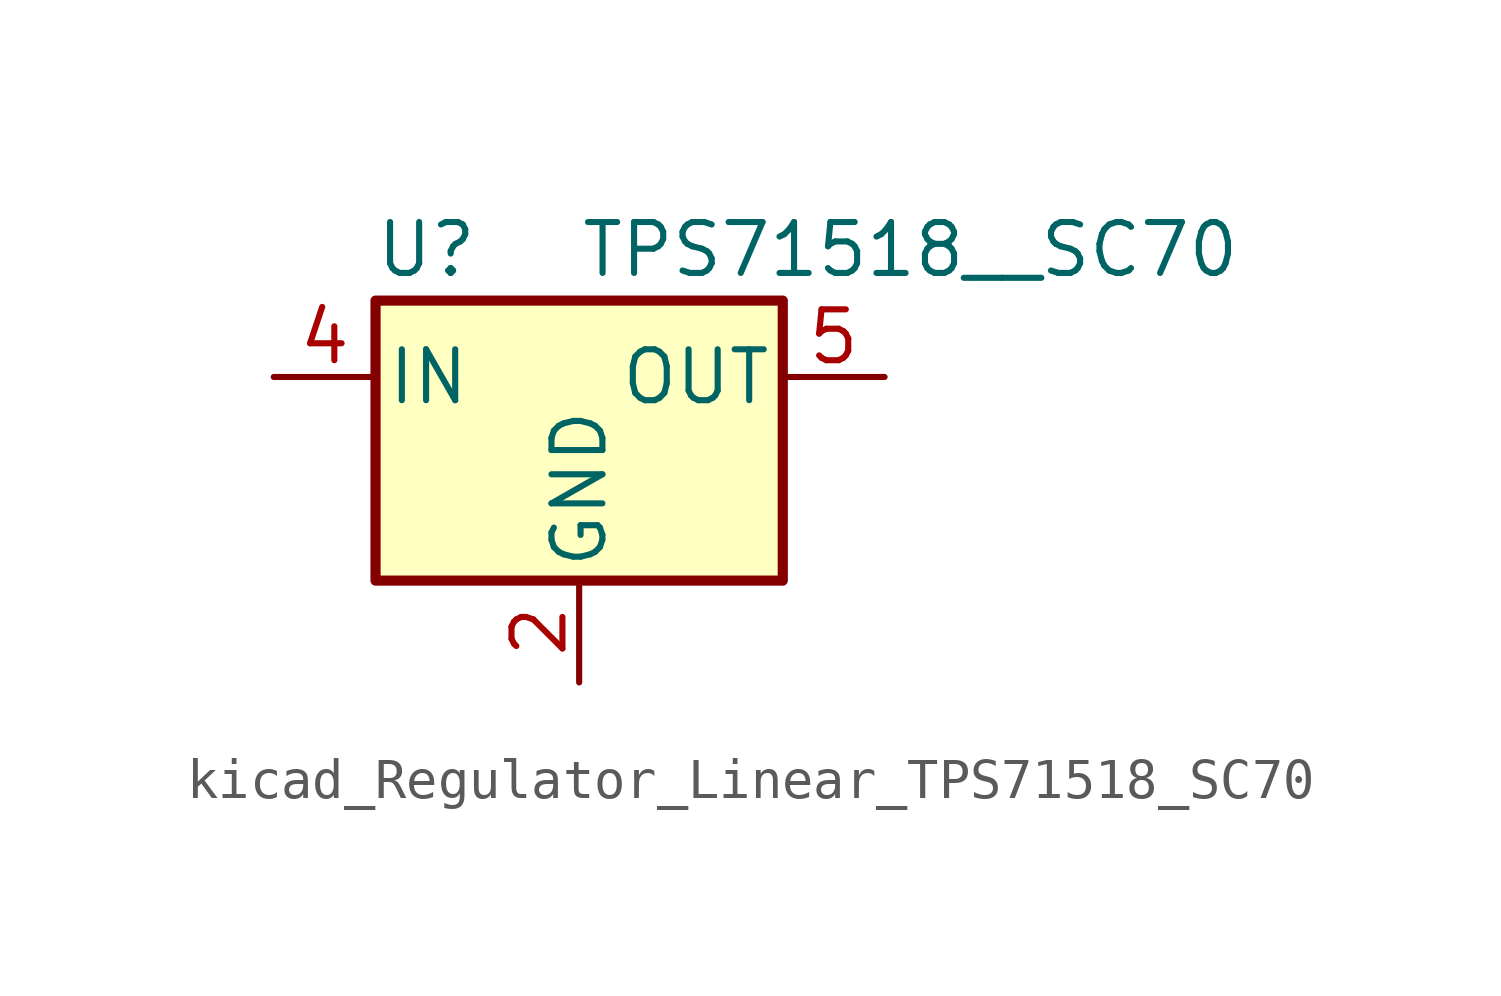
<source format=kicad_sym>
(kicad_symbol_lib
  (version 20220914)
  (generator kicad_symbol_editor)
  (symbol "kicad_Regulator_Linear_TPS71518_SC70"
    (pin_names
      (offset 0.254))
    (property "Reference" "U"
      (at -3.81 3.175 0)
      (effects (font (size 1.27 1.27))))
    (property "Value" "TPS71518__SC70"
      (at 0 3.175 0)
      (effects (font (size 1.27 1.27)) (justify left)))
    (symbol "kicad_Regulator_Linear_TPS71518_SC70_0_1"
      (rectangle (start -5.08 1.905) (end 5.08 -5.08) (stroke (width 0.254) (type default)) (fill (type background))))
    (symbol "kicad_Regulator_Linear_TPS71518_SC70_1_1"
      (pin no_connect line (at 5.08 -2.54 180) (length 2.54) hide (name "NC" (effects (font (size 1.27 1.27)))) (number "1" (effects (font (size 1.27 1.27)))))
      (pin power_in line (at 0 -7.62 90) (length 2.54) (name "GND" (effects (font (size 1.27 1.27)))) (number "2" (effects (font (size 1.27 1.27)))))
      (pin no_connect line (at -5.08 -2.54 0) (length 2.54) hide (name "NC" (effects (font (size 1.27 1.27)))) (number "3" (effects (font (size 1.27 1.27)))))
      (pin power_in line (at -7.62 0 0) (length 2.54) (name "IN" (effects (font (size 1.27 1.27)))) (number "4" (effects (font (size 1.27 1.27)))))
      (pin power_out line (at 7.62 0 180) (length 2.54) (name "OUT" (effects (font (size 1.27 1.27)))) (number "5" (effects (font (size 1.27 1.27))))))))
</source>
